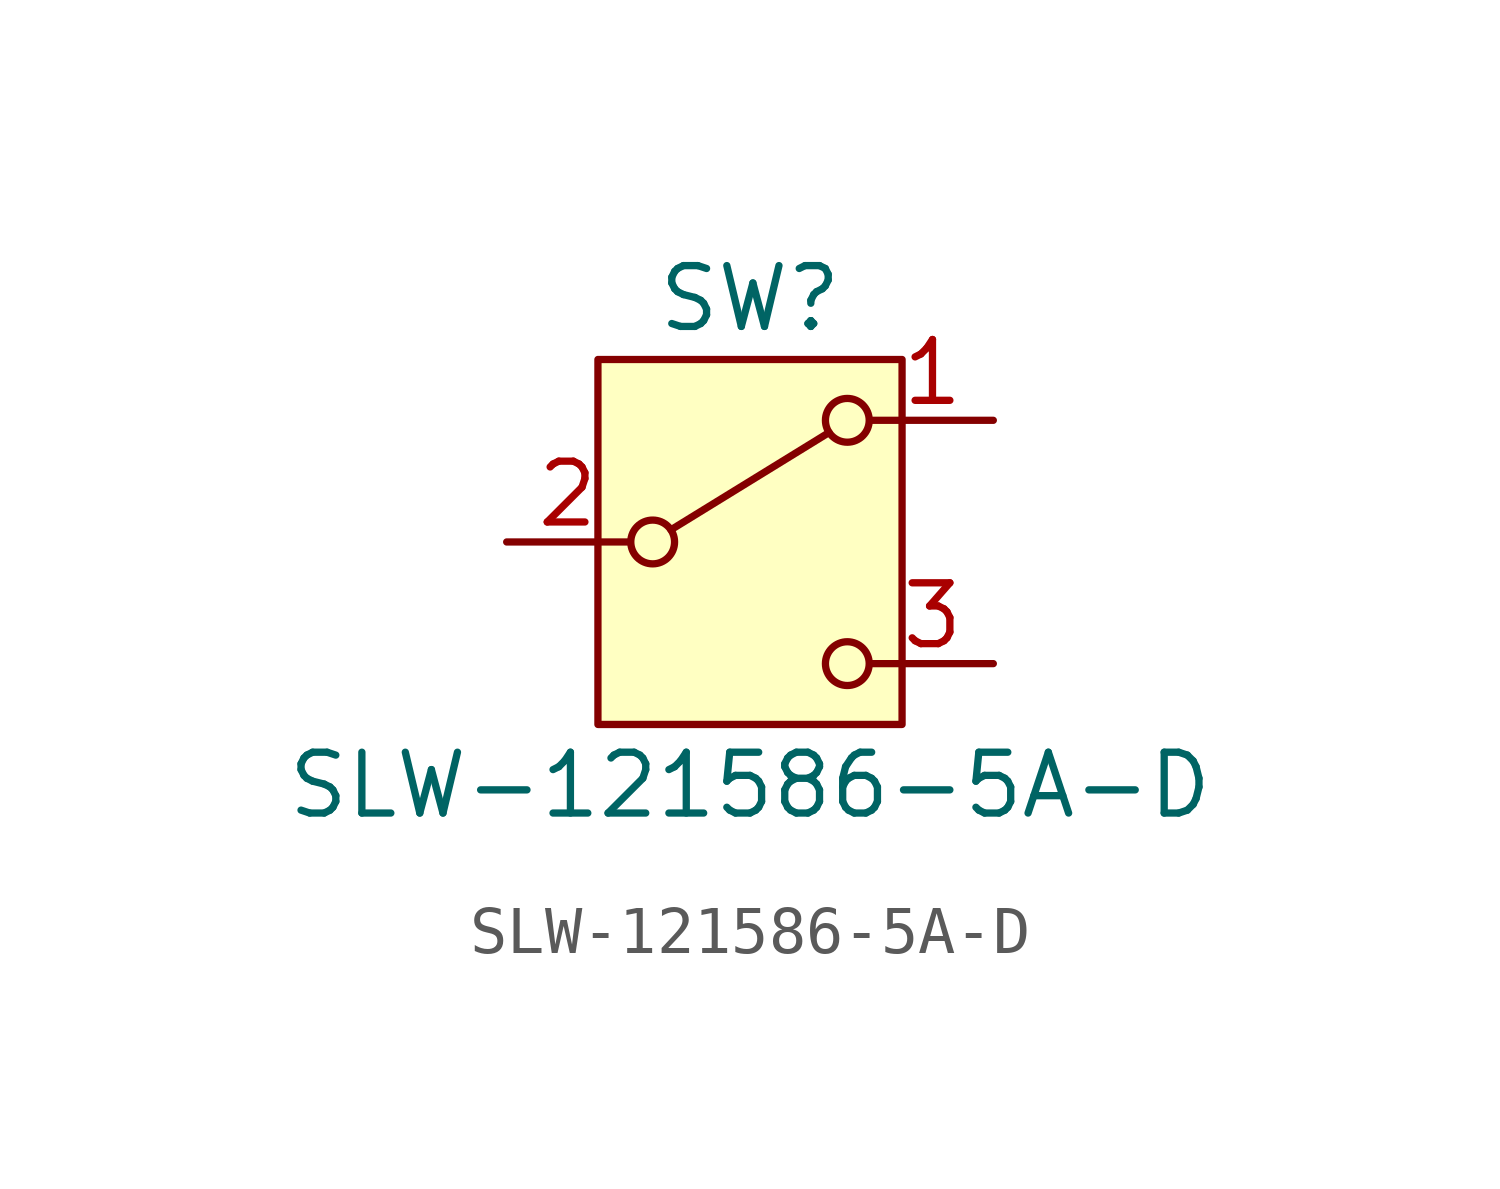
<source format=kicad_sym>
(kicad_symbol_lib
  (version 20241209)
  (generator "kicad_symbol_editor")
  (generator_version "9.0")
  (symbol "SLW-121586-5A-D"
    (pin_names
      (offset 0)
      (hide yes))
    (property "Reference" "SW"
      (at 0 5.08 0)
      (effects (font (size 1.27 1.27))))
    (property "Value" "SLW-121586-5A-D"
      (at 0 -5.08 0)
      (effects (font (size 1.27 1.27))))
    (symbol "SLW-121586-5A-D_0_1"
      (circle (center -2.032 0) (radius 0.457) (stroke (width 0) (type default)) (fill (type none)))
      (polyline (pts (xy -1.651 0.254) (xy 1.651 2.286)) (stroke (width 0) (type default)) (fill (type none)))
      (circle (center 2.032 2.54) (radius 0.457) (stroke (width 0) (type default)) (fill (type none)))
      (circle (center 2.032 -2.54) (radius 0.457) (stroke (width 0) (type default)) (fill (type none))))
    (symbol "SLW-121586-5A-D_1_1"
      (rectangle (start -3.175 3.81) (end 3.175 -3.81) (stroke (width 0) (type default)) (fill (type background)))
      (pin passive line (at -5.08 0 0) (length 2.54) (name "B" (effects (font (size 1.27 1.27)))) (number "2" (effects (font (size 1.27 1.27)))))
      (pin passive line (at 5.08 2.54 180) (length 2.54) (name "A" (effects (font (size 1.27 1.27)))) (number "1" (effects (font (size 1.27 1.27)))))
      (pin passive line (at 5.08 -2.54 180) (length 2.54) (name "C" (effects (font (size 1.27 1.27)))) (number "3" (effects (font (size 1.27 1.27))))))))
</source>
